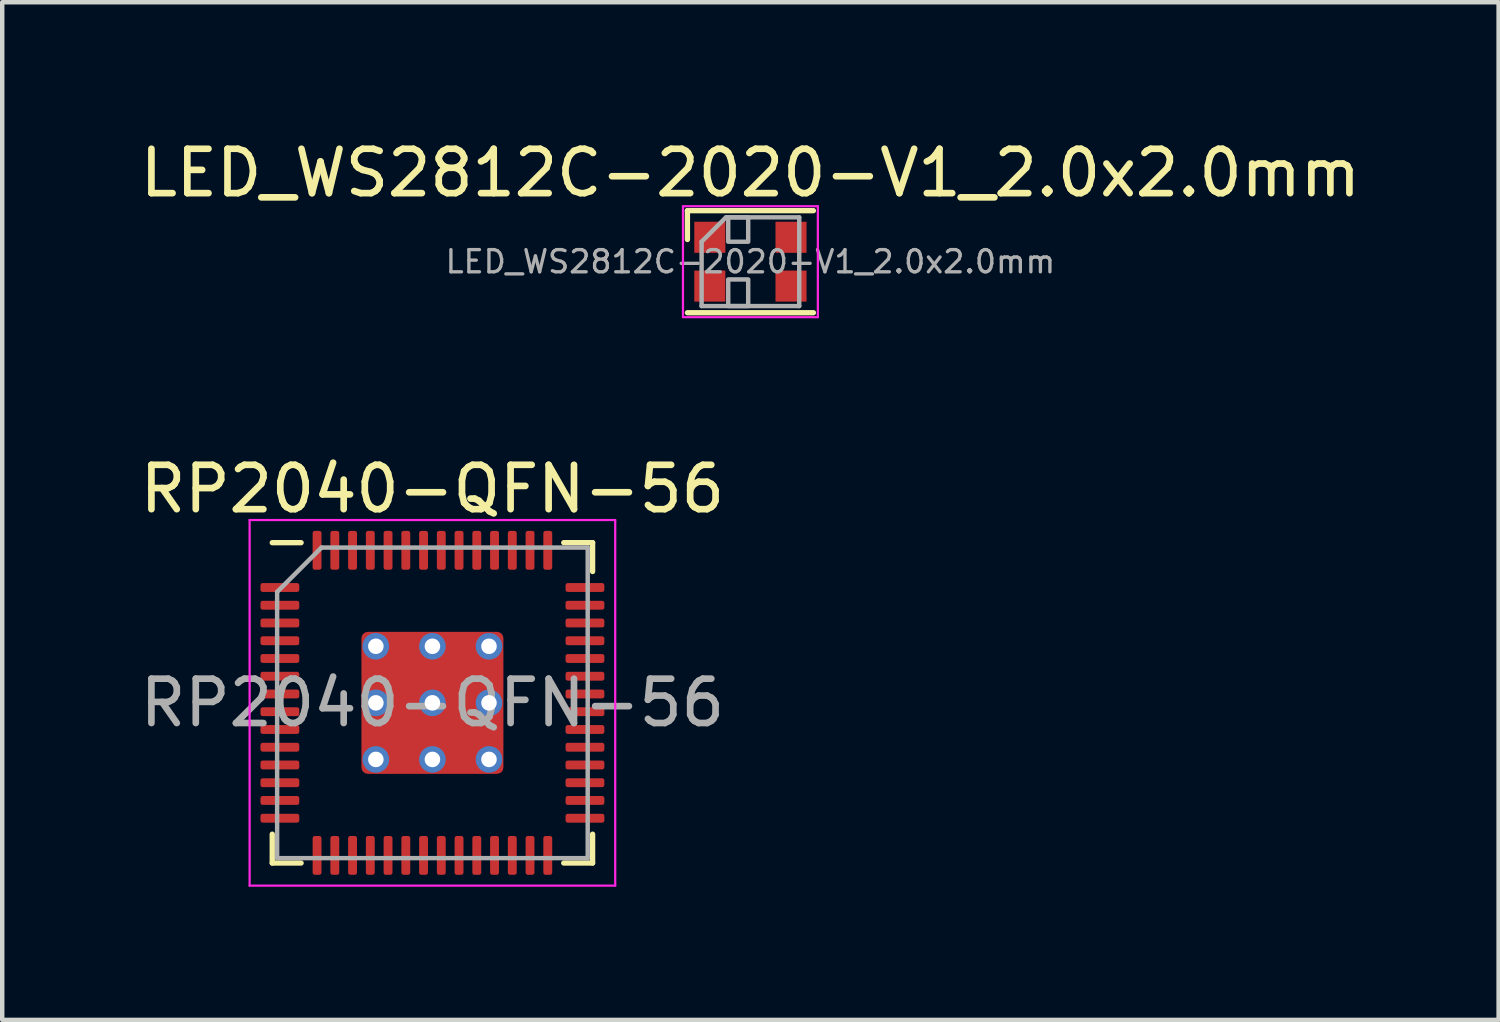
<source format=kicad_pcb>
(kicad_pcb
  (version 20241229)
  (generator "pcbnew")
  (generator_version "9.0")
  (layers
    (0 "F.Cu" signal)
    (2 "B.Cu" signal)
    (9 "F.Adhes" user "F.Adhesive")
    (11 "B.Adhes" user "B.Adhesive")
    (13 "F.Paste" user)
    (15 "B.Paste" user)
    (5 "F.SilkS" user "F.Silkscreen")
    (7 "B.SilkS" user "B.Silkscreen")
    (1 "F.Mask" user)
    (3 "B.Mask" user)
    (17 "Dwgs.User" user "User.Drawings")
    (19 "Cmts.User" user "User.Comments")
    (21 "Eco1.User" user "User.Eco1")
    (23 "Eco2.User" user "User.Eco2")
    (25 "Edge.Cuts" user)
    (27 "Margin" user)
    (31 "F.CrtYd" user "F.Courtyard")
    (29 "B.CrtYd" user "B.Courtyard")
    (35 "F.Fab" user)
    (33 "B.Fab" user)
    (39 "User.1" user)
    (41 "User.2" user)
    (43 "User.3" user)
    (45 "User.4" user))
  (footprint "LED_WS2812C-2020-V1_2.0x2.0mm"
    (layer "F.Cu")
    (at 13.863 2.848)
    (property "Reference" "LED_WS2812C-2020-V1_2.0x2.0mm" (at 0 -2 0) (layer "F.SilkS") (effects (font (size 1 1) (thickness 0.15))))
    (attr smd)
    (fp_line (start -1.42 -1.15) (end -1.42 -0.5) (stroke (width 0.12) (type solid)) (layer "F.SilkS"))
    (fp_line (start -1.42 -1.15) (end 1.42 -1.15) (stroke (width 0.12) (type solid)) (layer "F.SilkS"))
    (fp_line (start -1.42 1.15) (end 1.42 1.15) (stroke (width 0.12) (type solid)) (layer "F.SilkS"))
    (fp_line (start -1.52 -1.25) (end -1.52 1.25) (stroke (width 0.05) (type solid)) (layer "F.CrtYd"))
    (fp_line (start -1.52 1.25) (end 1.52 1.25) (stroke (width 0.05) (type solid)) (layer "F.CrtYd"))
    (fp_line (start 1.52 -1.25) (end -1.52 -1.25) (stroke (width 0.05) (type solid)) (layer "F.CrtYd"))
    (fp_line (start 1.52 1.25) (end 1.52 -1.25) (stroke (width 0.05) (type solid)) (layer "F.CrtYd"))
    (fp_line (start -1.1 -0.45) (end -1.1 1) (stroke (width 0.1) (type solid)) (layer "F.Fab"))
    (fp_line (start -1.1 1) (end 1.1 1) (stroke (width 0.1) (type solid)) (layer "F.Fab"))
    (fp_line (start -0.55 -1) (end -1.1 -0.45) (stroke (width 0.1) (type solid)) (layer "F.Fab"))
    (fp_line (start 1.1 -1) (end -0.55 -1) (stroke (width 0.1) (type solid)) (layer "F.Fab"))
    (fp_line (start 1.1 -1) (end 1.1 1) (stroke (width 0.1) (type solid)) (layer "F.Fab"))
    (fp_rect (start -0.5 -1) (end -0.05 -0.45) (stroke (width 0.1) (type solid)) (fill no) (layer "F.Fab"))
    (fp_rect (start -0.5 0.4) (end -0.05 1) (stroke (width 0.1) (type solid)) (fill no) (layer "F.Fab"))
    (fp_text user "${REFERENCE}" (at 0 0 0) (layer "F.Fab") (effects (font (size 0.5 0.5) (thickness 0.075))))
    (pad "1" smd rect (at -0.915 -0.55) (size 0.7 0.7) (layers "F.Cu" "F.Mask" "F.Paste"))
    (pad "2" smd rect (at -0.915 0.55) (size 0.7 0.7) (layers "F.Cu" "F.Mask" "F.Paste"))
    (pad "3" smd rect (at 0.915 0.55) (size 0.7 0.7) (layers "F.Cu" "F.Mask" "F.Paste"))
    (pad "4" smd rect (at 0.915 -0.55) (size 0.7 0.7) (layers "F.Cu" "F.Mask" "F.Paste")))
  (footprint "RP2040-QFN-56"
    (layer "F.Cu")
    (at 6.696 12.791)
    (property "Reference" "RP2040-QFN-56" (at 0 -4.82 0) (layer "F.SilkS") (effects (font (size 1 1) (thickness 0.15))))
    (attr smd)
    (fp_line (start -3.61 3.61) (end -3.61 2.96) (stroke (width 0.12) (type solid)) (layer "F.SilkS"))
    (fp_line (start -2.96 -3.61) (end -3.61 -3.61) (stroke (width 0.12) (type solid)) (layer "F.SilkS"))
    (fp_line (start -2.96 3.61) (end -3.61 3.61) (stroke (width 0.12) (type solid)) (layer "F.SilkS"))
    (fp_line (start 2.96 -3.61) (end 3.61 -3.61) (stroke (width 0.12) (type solid)) (layer "F.SilkS"))
    (fp_line (start 2.96 3.61) (end 3.61 3.61) (stroke (width 0.12) (type solid)) (layer "F.SilkS"))
    (fp_line (start 3.61 -3.61) (end 3.61 -2.96) (stroke (width 0.12) (type solid)) (layer "F.SilkS"))
    (fp_line (start 3.61 3.61) (end 3.61 2.96) (stroke (width 0.12) (type solid)) (layer "F.SilkS"))
    (fp_line (start -4.12 -4.12) (end -4.12 4.12) (stroke (width 0.05) (type solid)) (layer "F.CrtYd"))
    (fp_line (start -4.12 4.12) (end 4.12 4.12) (stroke (width 0.05) (type solid)) (layer "F.CrtYd"))
    (fp_line (start 4.12 -4.12) (end -4.12 -4.12) (stroke (width 0.05) (type solid)) (layer "F.CrtYd"))
    (fp_line (start 4.12 4.12) (end 4.12 -4.12) (stroke (width 0.05) (type solid)) (layer "F.CrtYd"))
    (fp_line (start -3.5 -2.5) (end -2.5 -3.5) (stroke (width 0.1) (type solid)) (layer "F.Fab"))
    (fp_line (start -3.5 3.5) (end -3.5 -2.5) (stroke (width 0.1) (type solid)) (layer "F.Fab"))
    (fp_line (start -2.5 -3.5) (end 3.5 -3.5) (stroke (width 0.1) (type solid)) (layer "F.Fab"))
    (fp_line (start 3.5 -3.5) (end 3.5 3.5) (stroke (width 0.1) (type solid)) (layer "F.Fab"))
    (fp_line (start 3.5 3.5) (end -3.5 3.5) (stroke (width 0.1) (type solid)) (layer "F.Fab"))
    (fp_text user "${REFERENCE}" (at 0 0 0) (layer "F.Fab") (effects (font (size 1 1) (thickness 0.15))))
    (pad "" smd roundrect (at -0.637 -0.637) (size 1.084 1.084) (layers "F.Paste") (roundrect_rratio 0.231))
    (pad "" smd roundrect (at -0.637 0.637) (size 1.084 1.084) (layers "F.Paste") (roundrect_rratio 0.231))
    (pad "" smd roundrect (at 0.637 -0.637) (size 1.084 1.084) (layers "F.Paste") (roundrect_rratio 0.231))
    (pad "" smd roundrect (at 0.637 0.637) (size 1.084 1.084) (layers "F.Paste") (roundrect_rratio 0.231))
    (pad "1" smd roundrect (at -3.438 -2.6) (size 0.875 0.2) (layers "F.Cu" "F.Mask" "F.Paste") (roundrect_rratio 0.25))
    (pad "2" smd roundrect (at -3.438 -2.2) (size 0.875 0.2) (layers "F.Cu" "F.Mask" "F.Paste") (roundrect_rratio 0.25))
    (pad "3" smd roundrect (at -3.438 -1.8) (size 0.875 0.2) (layers "F.Cu" "F.Mask" "F.Paste") (roundrect_rratio 0.25))
    (pad "4" smd roundrect (at -3.438 -1.4) (size 0.875 0.2) (layers "F.Cu" "F.Mask" "F.Paste") (roundrect_rratio 0.25))
    (pad "5" smd roundrect (at -3.438 -1) (size 0.875 0.2) (layers "F.Cu" "F.Mask" "F.Paste") (roundrect_rratio 0.25))
    (pad "6" smd roundrect (at -3.438 -0.6) (size 0.875 0.2) (layers "F.Cu" "F.Mask" "F.Paste") (roundrect_rratio 0.25))
    (pad "7" smd roundrect (at -3.438 -0.2) (size 0.875 0.2) (layers "F.Cu" "F.Mask" "F.Paste") (roundrect_rratio 0.25))
    (pad "8" smd roundrect (at -3.438 0.2) (size 0.875 0.2) (layers "F.Cu" "F.Mask" "F.Paste") (roundrect_rratio 0.25))
    (pad "9" smd roundrect (at -3.438 0.6) (size 0.875 0.2) (layers "F.Cu" "F.Mask" "F.Paste") (roundrect_rratio 0.25))
    (pad "10" smd roundrect (at -3.438 1) (size 0.875 0.2) (layers "F.Cu" "F.Mask" "F.Paste") (roundrect_rratio 0.25))
    (pad "11" smd roundrect (at -3.438 1.4) (size 0.875 0.2) (layers "F.Cu" "F.Mask" "F.Paste") (roundrect_rratio 0.25))
    (pad "12" smd roundrect (at -3.438 1.8) (size 0.875 0.2) (layers "F.Cu" "F.Mask" "F.Paste") (roundrect_rratio 0.25))
    (pad "13" smd roundrect (at -3.438 2.2) (size 0.875 0.2) (layers "F.Cu" "F.Mask" "F.Paste") (roundrect_rratio 0.25))
    (pad "14" smd roundrect (at -3.438 2.6) (size 0.875 0.2) (layers "F.Cu" "F.Mask" "F.Paste") (roundrect_rratio 0.25))
    (pad "15" smd roundrect (at -2.6 3.438) (size 0.2 0.875) (layers "F.Cu" "F.Mask" "F.Paste") (roundrect_rratio 0.25))
    (pad "16" smd roundrect (at -2.2 3.438) (size 0.2 0.875) (layers "F.Cu" "F.Mask" "F.Paste") (roundrect_rratio 0.25))
    (pad "17" smd roundrect (at -1.8 3.438) (size 0.2 0.875) (layers "F.Cu" "F.Mask" "F.Paste") (roundrect_rratio 0.25))
    (pad "18" smd roundrect (at -1.4 3.438) (size 0.2 0.875) (layers "F.Cu" "F.Mask" "F.Paste") (roundrect_rratio 0.25))
    (pad "19" smd roundrect (at -1 3.438) (size 0.2 0.875) (layers "F.Cu" "F.Mask" "F.Paste") (roundrect_rratio 0.25))
    (pad "20" smd roundrect (at -0.6 3.438) (size 0.2 0.875) (layers "F.Cu" "F.Mask" "F.Paste") (roundrect_rratio 0.25))
    (pad "21" smd roundrect (at -0.2 3.438) (size 0.2 0.875) (layers "F.Cu" "F.Mask" "F.Paste") (roundrect_rratio 0.25))
    (pad "22" smd roundrect (at 0.2 3.438) (size 0.2 0.875) (layers "F.Cu" "F.Mask" "F.Paste") (roundrect_rratio 0.25))
    (pad "23" smd roundrect (at 0.6 3.438) (size 0.2 0.875) (layers "F.Cu" "F.Mask" "F.Paste") (roundrect_rratio 0.25))
    (pad "24" smd roundrect (at 1 3.438) (size 0.2 0.875) (layers "F.Cu" "F.Mask" "F.Paste") (roundrect_rratio 0.25))
    (pad "25" smd roundrect (at 1.4 3.438) (size 0.2 0.875) (layers "F.Cu" "F.Mask" "F.Paste") (roundrect_rratio 0.25))
    (pad "26" smd roundrect (at 1.8 3.438) (size 0.2 0.875) (layers "F.Cu" "F.Mask" "F.Paste") (roundrect_rratio 0.25))
    (pad "27" smd roundrect (at 2.2 3.438) (size 0.2 0.875) (layers "F.Cu" "F.Mask" "F.Paste") (roundrect_rratio 0.25))
    (pad "28" smd roundrect (at 2.6 3.438) (size 0.2 0.875) (layers "F.Cu" "F.Mask" "F.Paste") (roundrect_rratio 0.25))
    (pad "29" smd roundrect (at 3.438 2.6) (size 0.875 0.2) (layers "F.Cu" "F.Mask" "F.Paste") (roundrect_rratio 0.25))
    (pad "30" smd roundrect (at 3.438 2.2) (size 0.875 0.2) (layers "F.Cu" "F.Mask" "F.Paste") (roundrect_rratio 0.25))
    (pad "31" smd roundrect (at 3.438 1.8) (size 0.875 0.2) (layers "F.Cu" "F.Mask" "F.Paste") (roundrect_rratio 0.25))
    (pad "32" smd roundrect (at 3.438 1.4) (size 0.875 0.2) (layers "F.Cu" "F.Mask" "F.Paste") (roundrect_rratio 0.25))
    (pad "33" smd roundrect (at 3.438 1) (size 0.875 0.2) (layers "F.Cu" "F.Mask" "F.Paste") (roundrect_rratio 0.25))
    (pad "34" smd roundrect (at 3.438 0.6) (size 0.875 0.2) (layers "F.Cu" "F.Mask" "F.Paste") (roundrect_rratio 0.25))
    (pad "35" smd roundrect (at 3.438 0.2) (size 0.875 0.2) (layers "F.Cu" "F.Mask" "F.Paste") (roundrect_rratio 0.25))
    (pad "36" smd roundrect (at 3.438 -0.2) (size 0.875 0.2) (layers "F.Cu" "F.Mask" "F.Paste") (roundrect_rratio 0.25))
    (pad "37" smd roundrect (at 3.438 -0.6) (size 0.875 0.2) (layers "F.Cu" "F.Mask" "F.Paste") (roundrect_rratio 0.25))
    (pad "38" smd roundrect (at 3.438 -1) (size 0.875 0.2) (layers "F.Cu" "F.Mask" "F.Paste") (roundrect_rratio 0.25))
    (pad "39" smd roundrect (at 3.438 -1.4) (size 0.875 0.2) (layers "F.Cu" "F.Mask" "F.Paste") (roundrect_rratio 0.25))
    (pad "40" smd roundrect (at 3.438 -1.8) (size 0.875 0.2) (layers "F.Cu" "F.Mask" "F.Paste") (roundrect_rratio 0.25))
    (pad "41" smd roundrect (at 3.438 -2.2) (size 0.875 0.2) (layers "F.Cu" "F.Mask" "F.Paste") (roundrect_rratio 0.25))
    (pad "42" smd roundrect (at 3.438 -2.6) (size 0.875 0.2) (layers "F.Cu" "F.Mask" "F.Paste") (roundrect_rratio 0.25))
    (pad "43" smd roundrect (at 2.6 -3.438) (size 0.2 0.875) (layers "F.Cu" "F.Mask" "F.Paste") (roundrect_rratio 0.25))
    (pad "44" smd roundrect (at 2.2 -3.438) (size 0.2 0.875) (layers "F.Cu" "F.Mask" "F.Paste") (roundrect_rratio 0.25))
    (pad "45" smd roundrect (at 1.8 -3.438) (size 0.2 0.875) (layers "F.Cu" "F.Mask" "F.Paste") (roundrect_rratio 0.25))
    (pad "46" smd roundrect (at 1.4 -3.438) (size 0.2 0.875) (layers "F.Cu" "F.Mask" "F.Paste") (roundrect_rratio 0.25))
    (pad "47" smd roundrect (at 1 -3.438) (size 0.2 0.875) (layers "F.Cu" "F.Mask" "F.Paste") (roundrect_rratio 0.25))
    (pad "48" smd roundrect (at 0.6 -3.438) (size 0.2 0.875) (layers "F.Cu" "F.Mask" "F.Paste") (roundrect_rratio 0.25))
    (pad "49" smd roundrect (at 0.2 -3.438) (size 0.2 0.875) (layers "F.Cu" "F.Mask" "F.Paste") (roundrect_rratio 0.25))
    (pad "50" smd roundrect (at -0.2 -3.438) (size 0.2 0.875) (layers "F.Cu" "F.Mask" "F.Paste") (roundrect_rratio 0.25))
    (pad "51" smd roundrect (at -0.6 -3.438) (size 0.2 0.875) (layers "F.Cu" "F.Mask" "F.Paste") (roundrect_rratio 0.25))
    (pad "52" smd roundrect (at -1 -3.438) (size 0.2 0.875) (layers "F.Cu" "F.Mask" "F.Paste") (roundrect_rratio 0.25))
    (pad "53" smd roundrect (at -1.4 -3.438) (size 0.2 0.875) (layers "F.Cu" "F.Mask" "F.Paste") (roundrect_rratio 0.25))
    (pad "54" smd roundrect (at -1.8 -3.438) (size 0.2 0.875) (layers "F.Cu" "F.Mask" "F.Paste") (roundrect_rratio 0.25))
    (pad "55" smd roundrect (at -2.2 -3.438) (size 0.2 0.875) (layers "F.Cu" "F.Mask" "F.Paste") (roundrect_rratio 0.25))
    (pad "56" smd roundrect (at -2.6 -3.438) (size 0.2 0.875) (layers "F.Cu" "F.Mask" "F.Paste") (roundrect_rratio 0.25))
    (pad "57" thru_hole circle (at -1.275 -1.275) (size 0.6 0.6) (drill 0.35) (layers "*.Cu"))
    (pad "57" thru_hole circle (at -1.275 0) (size 0.6 0.6) (drill 0.35) (layers "*.Cu"))
    (pad "57" thru_hole circle (at -1.275 1.275) (size 0.6 0.6) (drill 0.35) (layers "*.Cu"))
    (pad "57" thru_hole circle (at 0 -1.275) (size 0.6 0.6) (drill 0.35) (layers "*.Cu"))
    (pad "57" thru_hole circle (at 0 0) (size 0.6 0.6) (drill 0.35) (layers "*.Cu"))
    (pad "57" smd roundrect (at 0 0) (size 3.2 3.2) (layers "F.Cu" "F.Mask") (roundrect_rratio 0.045))
    (pad "57" thru_hole circle (at 0 1.275) (size 0.6 0.6) (drill 0.35) (layers "*.Cu"))
    (pad "57" thru_hole circle (at 1.275 -1.275) (size 0.6 0.6) (drill 0.35) (layers "*.Cu"))
    (pad "57" thru_hole circle (at 1.275 0) (size 0.6 0.6) (drill 0.35) (layers "*.Cu"))
    (pad "57" thru_hole circle (at 1.275 1.275) (size 0.6 0.6) (drill 0.35) (layers "*.Cu")))
  (gr_rect
    (start -3 -3)
    (end 30.726 19.936)
    (stroke (width 0.1) (type default))
    (fill no)
    (layer "Edge.Cuts")))
</source>
